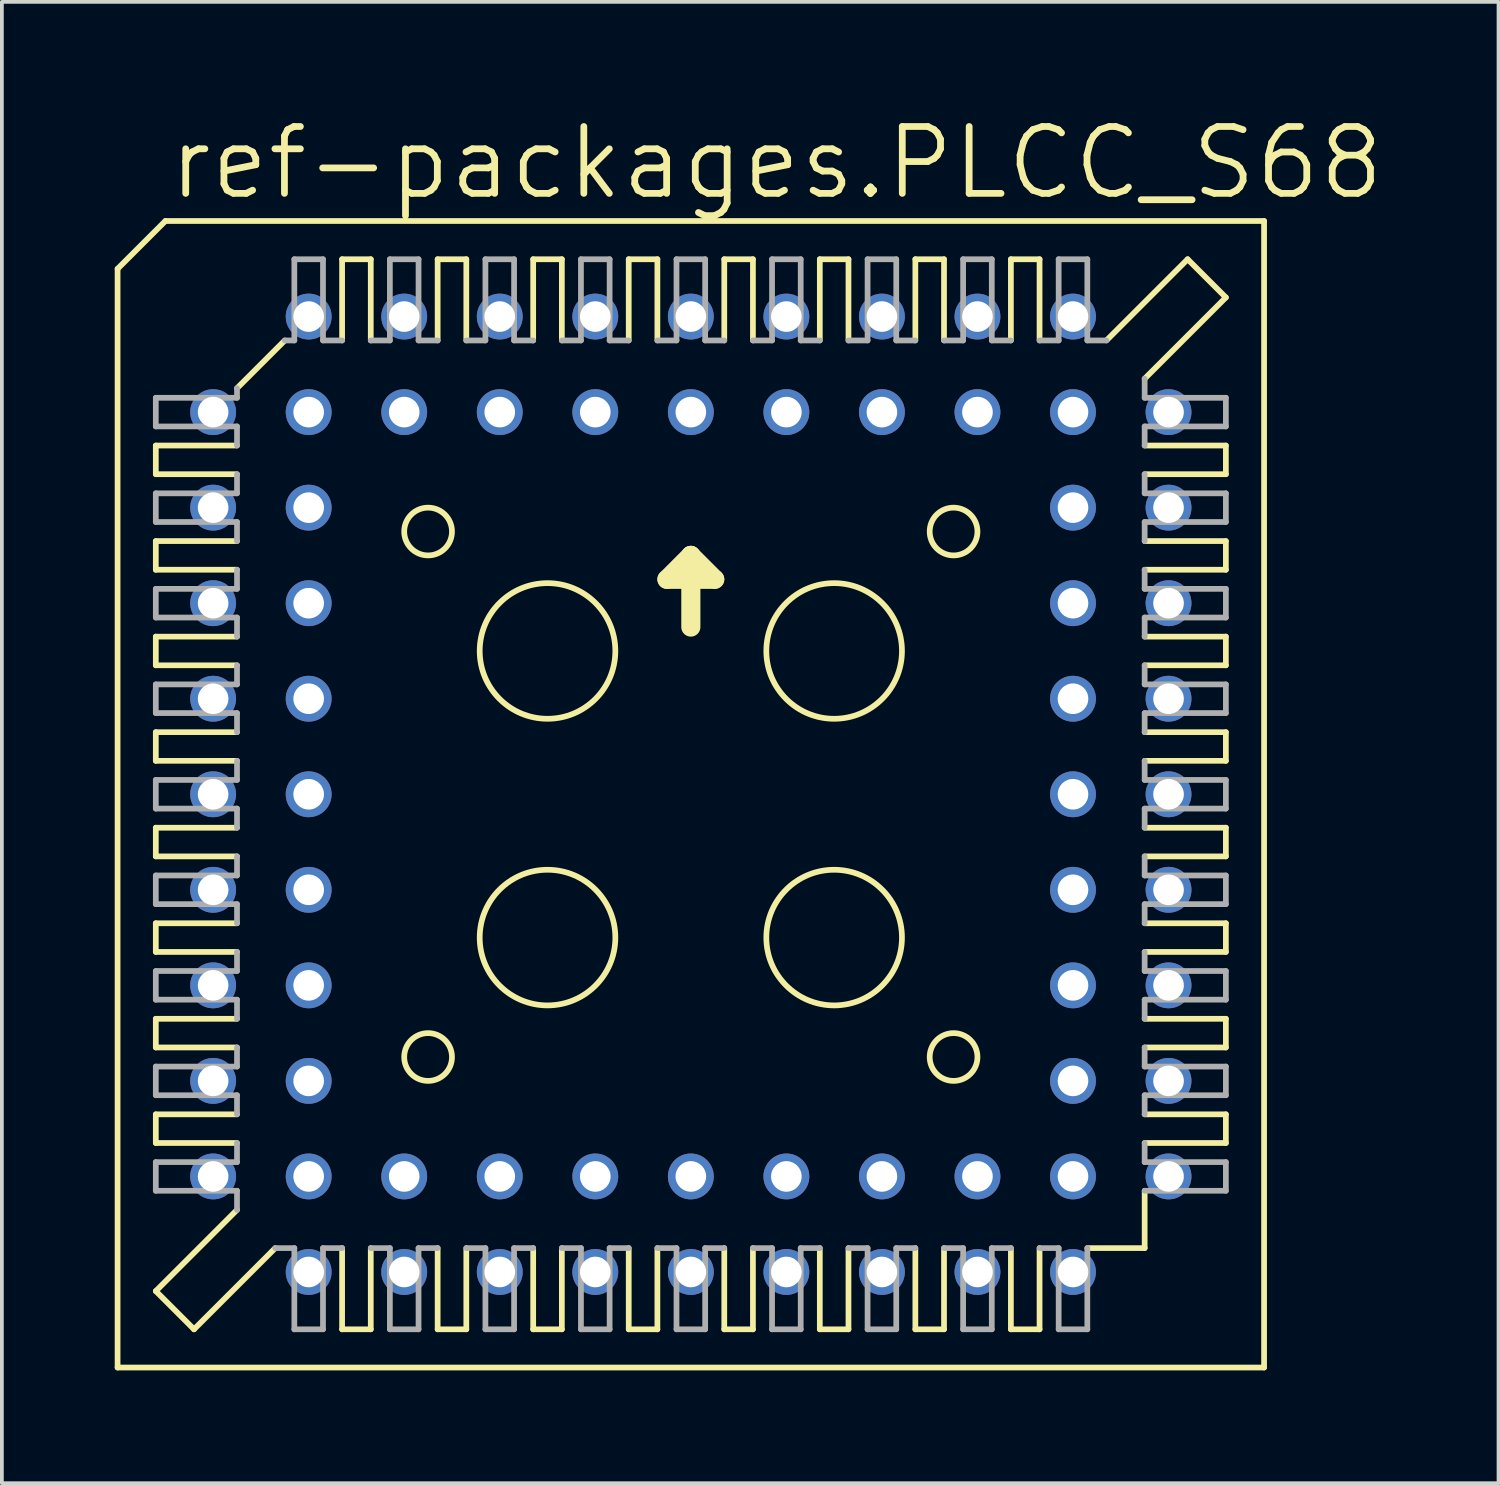
<source format=kicad_pcb>
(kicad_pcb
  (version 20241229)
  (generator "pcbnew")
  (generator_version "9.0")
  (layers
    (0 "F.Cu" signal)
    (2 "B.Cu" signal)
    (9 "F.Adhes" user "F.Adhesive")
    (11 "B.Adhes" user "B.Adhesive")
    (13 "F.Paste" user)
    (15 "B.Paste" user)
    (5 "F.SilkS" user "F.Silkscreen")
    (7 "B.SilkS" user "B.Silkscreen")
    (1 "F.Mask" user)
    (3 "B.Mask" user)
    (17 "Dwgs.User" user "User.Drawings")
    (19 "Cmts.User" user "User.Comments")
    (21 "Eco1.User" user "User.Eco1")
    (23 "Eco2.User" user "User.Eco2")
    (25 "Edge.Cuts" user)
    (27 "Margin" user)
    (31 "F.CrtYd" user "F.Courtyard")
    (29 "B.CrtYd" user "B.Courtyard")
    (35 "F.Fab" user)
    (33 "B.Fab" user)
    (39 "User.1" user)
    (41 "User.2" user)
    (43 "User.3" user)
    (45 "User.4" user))
  (footprint "ref-packages.PLCC_S68"
    (layer "F.Cu")
    (at 15.316 18.066)
    (property "Reference" "ref-packages.PLCC_S68" (at -13.97 -15.748 0) (layer "F.SilkS") (effects (font (size 1.778 1.778) (thickness 0.18)) (justify left bottom)))
    (attr through_hole)
    (fp_line (start -15.24 -13.97) (end -15.24 15.24) (stroke (width 0.152) (type default)) (layer "F.SilkS"))
    (fp_line (start -14.224 -9.271) (end -14.224 -8.509) (stroke (width 0.152) (type default)) (layer "F.SilkS"))
    (fp_line (start -14.224 -9.271) (end -12.065 -9.271) (stroke (width 0.152) (type default)) (layer "F.SilkS"))
    (fp_line (start -14.224 -6.731) (end -14.224 -5.969) (stroke (width 0.152) (type default)) (layer "F.SilkS"))
    (fp_line (start -14.224 -6.731) (end -12.065 -6.731) (stroke (width 0.152) (type default)) (layer "F.SilkS"))
    (fp_line (start -14.224 -4.191) (end -14.224 -3.429) (stroke (width 0.152) (type default)) (layer "F.SilkS"))
    (fp_line (start -14.224 -4.191) (end -12.065 -4.191) (stroke (width 0.152) (type default)) (layer "F.SilkS"))
    (fp_line (start -14.224 -0.889) (end -14.224 -1.651) (stroke (width 0.152) (type default)) (layer "F.SilkS"))
    (fp_line (start -14.224 -0.889) (end -12.065 -0.889) (stroke (width 0.152) (type default)) (layer "F.SilkS"))
    (fp_line (start -14.224 1.651) (end -14.224 0.889) (stroke (width 0.152) (type default)) (layer "F.SilkS"))
    (fp_line (start -14.224 1.651) (end -12.065 1.651) (stroke (width 0.152) (type default)) (layer "F.SilkS"))
    (fp_line (start -14.224 4.191) (end -14.224 3.429) (stroke (width 0.152) (type default)) (layer "F.SilkS"))
    (fp_line (start -14.224 4.191) (end -12.065 4.191) (stroke (width 0.152) (type default)) (layer "F.SilkS"))
    (fp_line (start -14.224 5.969) (end -14.224 6.731) (stroke (width 0.152) (type default)) (layer "F.SilkS"))
    (fp_line (start -14.224 5.969) (end -12.065 5.969) (stroke (width 0.152) (type default)) (layer "F.SilkS"))
    (fp_line (start -14.224 8.509) (end -14.224 9.271) (stroke (width 0.152) (type default)) (layer "F.SilkS"))
    (fp_line (start -14.224 8.509) (end -12.065 8.509) (stroke (width 0.152) (type default)) (layer "F.SilkS"))
    (fp_line (start -14.224 13.208) (end -12.065 11.049) (stroke (width 0.152) (type default)) (layer "F.SilkS"))
    (fp_line (start -13.97 -15.24) (end -15.24 -13.97) (stroke (width 0.152) (type default)) (layer "F.SilkS"))
    (fp_line (start -13.208 14.224) (end -14.224 13.208) (stroke (width 0.152) (type default)) (layer "F.SilkS"))
    (fp_line (start -13.208 14.224) (end -11.049 12.065) (stroke (width 0.152) (type default)) (layer "F.SilkS"))
    (fp_line (start -12.065 -10.795) (end -10.795 -12.065) (stroke (width 0.152) (type default)) (layer "F.SilkS"))
    (fp_line (start -12.065 -8.509) (end -14.224 -8.509) (stroke (width 0.152) (type default)) (layer "F.SilkS"))
    (fp_line (start -12.065 -5.969) (end -14.224 -5.969) (stroke (width 0.152) (type default)) (layer "F.SilkS"))
    (fp_line (start -12.065 -3.429) (end -14.224 -3.429) (stroke (width 0.152) (type default)) (layer "F.SilkS"))
    (fp_line (start -12.065 -1.651) (end -14.224 -1.651) (stroke (width 0.152) (type default)) (layer "F.SilkS"))
    (fp_line (start -12.065 0.889) (end -14.224 0.889) (stroke (width 0.152) (type default)) (layer "F.SilkS"))
    (fp_line (start -12.065 3.429) (end -14.224 3.429) (stroke (width 0.152) (type default)) (layer "F.SilkS"))
    (fp_line (start -12.065 6.731) (end -14.224 6.731) (stroke (width 0.152) (type default)) (layer "F.SilkS"))
    (fp_line (start -12.065 9.271) (end -14.224 9.271) (stroke (width 0.152) (type default)) (layer "F.SilkS"))
    (fp_line (start -9.271 -12.065) (end -9.271 -14.224) (stroke (width 0.152) (type default)) (layer "F.SilkS"))
    (fp_line (start -9.271 14.224) (end -9.271 12.065) (stroke (width 0.152) (type default)) (layer "F.SilkS"))
    (fp_line (start -9.271 14.224) (end -8.509 14.224) (stroke (width 0.152) (type default)) (layer "F.SilkS"))
    (fp_line (start -8.509 -14.224) (end -9.271 -14.224) (stroke (width 0.152) (type default)) (layer "F.SilkS"))
    (fp_line (start -8.509 -14.224) (end -8.509 -12.065) (stroke (width 0.152) (type default)) (layer "F.SilkS"))
    (fp_line (start -8.509 12.065) (end -8.509 14.224) (stroke (width 0.152) (type default)) (layer "F.SilkS"))
    (fp_line (start -6.731 -12.065) (end -6.731 -14.224) (stroke (width 0.152) (type default)) (layer "F.SilkS"))
    (fp_line (start -6.731 14.224) (end -6.731 12.065) (stroke (width 0.152) (type default)) (layer "F.SilkS"))
    (fp_line (start -6.731 14.224) (end -5.969 14.224) (stroke (width 0.152) (type default)) (layer "F.SilkS"))
    (fp_line (start -5.969 -14.224) (end -6.731 -14.224) (stroke (width 0.152) (type default)) (layer "F.SilkS"))
    (fp_line (start -5.969 -14.224) (end -5.969 -12.065) (stroke (width 0.152) (type default)) (layer "F.SilkS"))
    (fp_line (start -5.969 12.065) (end -5.969 14.224) (stroke (width 0.152) (type default)) (layer "F.SilkS"))
    (fp_line (start -4.191 -12.065) (end -4.191 -14.224) (stroke (width 0.152) (type default)) (layer "F.SilkS"))
    (fp_line (start -4.191 14.224) (end -4.191 12.065) (stroke (width 0.152) (type default)) (layer "F.SilkS"))
    (fp_line (start -4.191 14.224) (end -3.429 14.224) (stroke (width 0.152) (type default)) (layer "F.SilkS"))
    (fp_line (start -3.429 -14.224) (end -4.191 -14.224) (stroke (width 0.152) (type default)) (layer "F.SilkS"))
    (fp_line (start -3.429 -14.224) (end -3.429 -12.065) (stroke (width 0.152) (type default)) (layer "F.SilkS"))
    (fp_line (start -3.429 12.065) (end -3.429 14.224) (stroke (width 0.152) (type default)) (layer "F.SilkS"))
    (fp_line (start -1.651 -12.065) (end -1.651 -14.224) (stroke (width 0.152) (type default)) (layer "F.SilkS"))
    (fp_line (start -1.651 14.224) (end -1.651 12.065) (stroke (width 0.152) (type default)) (layer "F.SilkS"))
    (fp_line (start -1.651 14.224) (end -0.889 14.224) (stroke (width 0.152) (type default)) (layer "F.SilkS"))
    (fp_line (start -0.889 -14.224) (end -1.651 -14.224) (stroke (width 0.152) (type default)) (layer "F.SilkS"))
    (fp_line (start -0.889 -14.224) (end -0.889 -12.065) (stroke (width 0.152) (type default)) (layer "F.SilkS"))
    (fp_line (start -0.889 12.065) (end -0.889 14.224) (stroke (width 0.152) (type default)) (layer "F.SilkS"))
    (fp_line (start -0.635 -5.715) (end 0 -6.35) (stroke (width 0.508) (type default)) (layer "F.SilkS"))
    (fp_line (start 0 -6.35) (end 0 -4.445) (stroke (width 0.508) (type default)) (layer "F.SilkS"))
    (fp_line (start 0 -6.35) (end 0.635 -5.715) (stroke (width 0.508) (type default)) (layer "F.SilkS"))
    (fp_line (start 0.635 -5.715) (end -0.635 -5.715) (stroke (width 0.508) (type default)) (layer "F.SilkS"))
    (fp_line (start 0.889 -12.065) (end 0.889 -14.224) (stroke (width 0.152) (type default)) (layer "F.SilkS"))
    (fp_line (start 0.889 14.224) (end 0.889 12.065) (stroke (width 0.152) (type default)) (layer "F.SilkS"))
    (fp_line (start 0.889 14.224) (end 1.651 14.224) (stroke (width 0.152) (type default)) (layer "F.SilkS"))
    (fp_line (start 1.651 -14.224) (end 0.889 -14.224) (stroke (width 0.152) (type default)) (layer "F.SilkS"))
    (fp_line (start 1.651 -14.224) (end 1.651 -12.065) (stroke (width 0.152) (type default)) (layer "F.SilkS"))
    (fp_line (start 1.651 12.065) (end 1.651 14.224) (stroke (width 0.152) (type default)) (layer "F.SilkS"))
    (fp_line (start 3.429 -12.065) (end 3.429 -14.224) (stroke (width 0.152) (type default)) (layer "F.SilkS"))
    (fp_line (start 3.429 14.224) (end 3.429 12.065) (stroke (width 0.152) (type default)) (layer "F.SilkS"))
    (fp_line (start 3.429 14.224) (end 4.191 14.224) (stroke (width 0.152) (type default)) (layer "F.SilkS"))
    (fp_line (start 4.191 -14.224) (end 3.429 -14.224) (stroke (width 0.152) (type default)) (layer "F.SilkS"))
    (fp_line (start 4.191 -14.224) (end 4.191 -12.065) (stroke (width 0.152) (type default)) (layer "F.SilkS"))
    (fp_line (start 4.191 12.065) (end 4.191 14.224) (stroke (width 0.152) (type default)) (layer "F.SilkS"))
    (fp_line (start 5.969 -12.065) (end 5.969 -14.224) (stroke (width 0.152) (type default)) (layer "F.SilkS"))
    (fp_line (start 5.969 14.224) (end 5.969 12.065) (stroke (width 0.152) (type default)) (layer "F.SilkS"))
    (fp_line (start 5.969 14.224) (end 6.731 14.224) (stroke (width 0.152) (type default)) (layer "F.SilkS"))
    (fp_line (start 6.731 -14.224) (end 5.969 -14.224) (stroke (width 0.152) (type default)) (layer "F.SilkS"))
    (fp_line (start 6.731 -14.224) (end 6.731 -12.065) (stroke (width 0.152) (type default)) (layer "F.SilkS"))
    (fp_line (start 6.731 12.065) (end 6.731 14.224) (stroke (width 0.152) (type default)) (layer "F.SilkS"))
    (fp_line (start 8.509 -12.065) (end 8.509 -14.224) (stroke (width 0.152) (type default)) (layer "F.SilkS"))
    (fp_line (start 8.509 14.224) (end 8.509 12.065) (stroke (width 0.152) (type default)) (layer "F.SilkS"))
    (fp_line (start 8.509 14.224) (end 9.271 14.224) (stroke (width 0.152) (type default)) (layer "F.SilkS"))
    (fp_line (start 9.271 -14.224) (end 8.509 -14.224) (stroke (width 0.152) (type default)) (layer "F.SilkS"))
    (fp_line (start 9.271 -14.224) (end 9.271 -12.065) (stroke (width 0.152) (type default)) (layer "F.SilkS"))
    (fp_line (start 9.271 14.224) (end 9.271 12.065) (stroke (width 0.152) (type default)) (layer "F.SilkS"))
    (fp_line (start 10.541 12.065) (end 12.065 12.065) (stroke (width 0.152) (type default)) (layer "F.SilkS"))
    (fp_line (start 12.065 -9.271) (end 14.224 -9.271) (stroke (width 0.152) (type default)) (layer "F.SilkS"))
    (fp_line (start 12.065 -6.731) (end 14.224 -6.731) (stroke (width 0.152) (type default)) (layer "F.SilkS"))
    (fp_line (start 12.065 -3.429) (end 14.224 -3.429) (stroke (width 0.152) (type default)) (layer "F.SilkS"))
    (fp_line (start 12.065 -0.889) (end 14.224 -0.889) (stroke (width 0.152) (type default)) (layer "F.SilkS"))
    (fp_line (start 12.065 1.651) (end 14.224 1.651) (stroke (width 0.152) (type default)) (layer "F.SilkS"))
    (fp_line (start 12.065 3.429) (end 14.224 3.429) (stroke (width 0.152) (type default)) (layer "F.SilkS"))
    (fp_line (start 12.065 5.969) (end 14.224 5.969) (stroke (width 0.152) (type default)) (layer "F.SilkS"))
    (fp_line (start 12.065 8.509) (end 14.224 8.509) (stroke (width 0.152) (type default)) (layer "F.SilkS"))
    (fp_line (start 12.065 12.065) (end 12.065 10.541) (stroke (width 0.152) (type default)) (layer "F.SilkS"))
    (fp_line (start 13.208 -14.224) (end 11.049 -12.065) (stroke (width 0.152) (type default)) (layer "F.SilkS"))
    (fp_line (start 14.224 -13.208) (end 12.065 -11.049) (stroke (width 0.152) (type default)) (layer "F.SilkS"))
    (fp_line (start 14.224 -13.208) (end 13.208 -14.224) (stroke (width 0.152) (type default)) (layer "F.SilkS"))
    (fp_line (start 14.224 -8.509) (end 12.065 -8.509) (stroke (width 0.152) (type default)) (layer "F.SilkS"))
    (fp_line (start 14.224 -8.509) (end 14.224 -9.271) (stroke (width 0.152) (type default)) (layer "F.SilkS"))
    (fp_line (start 14.224 -5.969) (end 12.065 -5.969) (stroke (width 0.152) (type default)) (layer "F.SilkS"))
    (fp_line (start 14.224 -5.969) (end 14.224 -6.731) (stroke (width 0.152) (type default)) (layer "F.SilkS"))
    (fp_line (start 14.224 -4.191) (end 12.065 -4.191) (stroke (width 0.152) (type default)) (layer "F.SilkS"))
    (fp_line (start 14.224 -4.191) (end 14.224 -3.429) (stroke (width 0.152) (type default)) (layer "F.SilkS"))
    (fp_line (start 14.224 -1.651) (end 12.065 -1.651) (stroke (width 0.152) (type default)) (layer "F.SilkS"))
    (fp_line (start 14.224 -1.651) (end 14.224 -0.889) (stroke (width 0.152) (type default)) (layer "F.SilkS"))
    (fp_line (start 14.224 0.889) (end 12.065 0.889) (stroke (width 0.152) (type default)) (layer "F.SilkS"))
    (fp_line (start 14.224 0.889) (end 14.224 1.651) (stroke (width 0.152) (type default)) (layer "F.SilkS"))
    (fp_line (start 14.224 4.191) (end 12.065 4.191) (stroke (width 0.152) (type default)) (layer "F.SilkS"))
    (fp_line (start 14.224 4.191) (end 14.224 3.429) (stroke (width 0.152) (type default)) (layer "F.SilkS"))
    (fp_line (start 14.224 6.731) (end 12.065 6.731) (stroke (width 0.152) (type default)) (layer "F.SilkS"))
    (fp_line (start 14.224 6.731) (end 14.224 5.969) (stroke (width 0.152) (type default)) (layer "F.SilkS"))
    (fp_line (start 14.224 9.271) (end 12.065 9.271) (stroke (width 0.152) (type default)) (layer "F.SilkS"))
    (fp_line (start 14.224 9.271) (end 14.224 8.509) (stroke (width 0.152) (type default)) (layer "F.SilkS"))
    (fp_line (start 15.24 -15.24) (end -13.97 -15.24) (stroke (width 0.152) (type default)) (layer "F.SilkS"))
    (fp_line (start 15.24 15.24) (end -15.24 15.24) (stroke (width 0.152) (type default)) (layer "F.SilkS"))
    (fp_line (start 15.24 15.24) (end 15.24 -15.24) (stroke (width 0.152) (type default)) (layer "F.SilkS"))
    (fp_circle (center -6.985 -6.985) (end -6.35 -6.985) (stroke (width 0.152) (type default)) (fill no) (layer "F.SilkS"))
    (fp_circle (center -6.985 6.985) (end -6.35 6.985) (stroke (width 0.152) (type default)) (fill no) (layer "F.SilkS"))
    (fp_circle (center -3.81 -3.81) (end -2.007 -3.81) (stroke (width 0.152) (type default)) (fill no) (layer "F.SilkS"))
    (fp_circle (center -3.81 3.81) (end -2.007 3.81) (stroke (width 0.152) (type default)) (fill no) (layer "F.SilkS"))
    (fp_circle (center 3.81 -3.81) (end 5.613 -3.81) (stroke (width 0.152) (type default)) (fill no) (layer "F.SilkS"))
    (fp_circle (center 3.81 3.81) (end 5.613 3.81) (stroke (width 0.152) (type default)) (fill no) (layer "F.SilkS"))
    (fp_circle (center 6.985 -6.985) (end 7.62 -6.985) (stroke (width 0.152) (type default)) (fill no) (layer "F.SilkS"))
    (fp_circle (center 6.985 6.985) (end 7.62 6.985) (stroke (width 0.152) (type default)) (fill no) (layer "F.SilkS"))
    (fp_line (start -14.224 -10.541) (end -14.224 -9.779) (stroke (width 0.152) (type default)) (layer "F.Fab"))
    (fp_line (start -14.224 -10.541) (end -12.065 -10.541) (stroke (width 0.152) (type default)) (layer "F.Fab"))
    (fp_line (start -14.224 -7.239) (end -14.224 -8.001) (stroke (width 0.152) (type default)) (layer "F.Fab"))
    (fp_line (start -14.224 -7.239) (end -12.065 -7.239) (stroke (width 0.152) (type default)) (layer "F.Fab"))
    (fp_line (start -14.224 -5.461) (end -14.224 -4.699) (stroke (width 0.152) (type default)) (layer "F.Fab"))
    (fp_line (start -14.224 -5.461) (end -12.065 -5.461) (stroke (width 0.152) (type default)) (layer "F.Fab"))
    (fp_line (start -14.224 -2.921) (end -14.224 -2.159) (stroke (width 0.152) (type default)) (layer "F.Fab"))
    (fp_line (start -14.224 -2.921) (end -12.065 -2.921) (stroke (width 0.152) (type default)) (layer "F.Fab"))
    (fp_line (start -14.224 0.381) (end -14.224 -0.381) (stroke (width 0.152) (type default)) (layer "F.Fab"))
    (fp_line (start -14.224 0.381) (end -12.065 0.381) (stroke (width 0.152) (type default)) (layer "F.Fab"))
    (fp_line (start -14.224 2.921) (end -14.224 2.159) (stroke (width 0.152) (type default)) (layer "F.Fab"))
    (fp_line (start -14.224 2.921) (end -12.065 2.921) (stroke (width 0.152) (type default)) (layer "F.Fab"))
    (fp_line (start -14.224 5.461) (end -14.224 4.699) (stroke (width 0.152) (type default)) (layer "F.Fab"))
    (fp_line (start -14.224 5.461) (end -12.065 5.461) (stroke (width 0.152) (type default)) (layer "F.Fab"))
    (fp_line (start -14.224 7.239) (end -14.224 8.001) (stroke (width 0.152) (type default)) (layer "F.Fab"))
    (fp_line (start -14.224 7.239) (end -12.065 7.239) (stroke (width 0.152) (type default)) (layer "F.Fab"))
    (fp_line (start -14.224 9.779) (end -12.065 9.779) (stroke (width 0.152) (type default)) (layer "F.Fab"))
    (fp_line (start -14.224 10.541) (end -14.224 9.779) (stroke (width 0.152) (type default)) (layer "F.Fab"))
    (fp_line (start -14.224 10.541) (end -12.065 10.541) (stroke (width 0.152) (type default)) (layer "F.Fab"))
    (fp_line (start -12.065 -10.541) (end -12.065 -10.795) (stroke (width 0.152) (type default)) (layer "F.Fab"))
    (fp_line (start -12.065 -9.779) (end -14.224 -9.779) (stroke (width 0.152) (type default)) (layer "F.Fab"))
    (fp_line (start -12.065 -9.779) (end -12.065 -9.271) (stroke (width 0.152) (type default)) (layer "F.Fab"))
    (fp_line (start -12.065 -8.001) (end -14.224 -8.001) (stroke (width 0.152) (type default)) (layer "F.Fab"))
    (fp_line (start -12.065 -8.001) (end -12.065 -8.509) (stroke (width 0.152) (type default)) (layer "F.Fab"))
    (fp_line (start -12.065 -6.731) (end -12.065 -7.239) (stroke (width 0.152) (type default)) (layer "F.Fab"))
    (fp_line (start -12.065 -5.969) (end -12.065 -5.461) (stroke (width 0.152) (type default)) (layer "F.Fab"))
    (fp_line (start -12.065 -4.699) (end -14.224 -4.699) (stroke (width 0.152) (type default)) (layer "F.Fab"))
    (fp_line (start -12.065 -4.699) (end -12.065 -4.191) (stroke (width 0.152) (type default)) (layer "F.Fab"))
    (fp_line (start -12.065 -3.429) (end -12.065 -2.921) (stroke (width 0.152) (type default)) (layer "F.Fab"))
    (fp_line (start -12.065 -2.159) (end -14.224 -2.159) (stroke (width 0.152) (type default)) (layer "F.Fab"))
    (fp_line (start -12.065 -2.159) (end -12.065 -1.651) (stroke (width 0.152) (type default)) (layer "F.Fab"))
    (fp_line (start -12.065 -0.381) (end -14.224 -0.381) (stroke (width 0.152) (type default)) (layer "F.Fab"))
    (fp_line (start -12.065 -0.381) (end -12.065 -0.889) (stroke (width 0.152) (type default)) (layer "F.Fab"))
    (fp_line (start -12.065 0.889) (end -12.065 0.381) (stroke (width 0.152) (type default)) (layer "F.Fab"))
    (fp_line (start -12.065 2.159) (end -14.224 2.159) (stroke (width 0.152) (type default)) (layer "F.Fab"))
    (fp_line (start -12.065 2.159) (end -12.065 1.651) (stroke (width 0.152) (type default)) (layer "F.Fab"))
    (fp_line (start -12.065 3.429) (end -12.065 2.921) (stroke (width 0.152) (type default)) (layer "F.Fab"))
    (fp_line (start -12.065 4.699) (end -14.224 4.699) (stroke (width 0.152) (type default)) (layer "F.Fab"))
    (fp_line (start -12.065 4.699) (end -12.065 4.191) (stroke (width 0.152) (type default)) (layer "F.Fab"))
    (fp_line (start -12.065 5.461) (end -12.065 5.969) (stroke (width 0.152) (type default)) (layer "F.Fab"))
    (fp_line (start -12.065 6.731) (end -12.065 7.239) (stroke (width 0.152) (type default)) (layer "F.Fab"))
    (fp_line (start -12.065 8.001) (end -14.224 8.001) (stroke (width 0.152) (type default)) (layer "F.Fab"))
    (fp_line (start -12.065 8.001) (end -12.065 8.509) (stroke (width 0.152) (type default)) (layer "F.Fab"))
    (fp_line (start -12.065 9.271) (end -12.065 9.779) (stroke (width 0.152) (type default)) (layer "F.Fab"))
    (fp_line (start -12.065 11.049) (end -12.065 10.541) (stroke (width 0.152) (type default)) (layer "F.Fab"))
    (fp_line (start -11.049 12.065) (end -10.541 12.065) (stroke (width 0.152) (type default)) (layer "F.Fab"))
    (fp_line (start -10.795 -12.065) (end -10.541 -12.065) (stroke (width 0.152) (type default)) (layer "F.Fab"))
    (fp_line (start -10.541 -12.065) (end -10.541 -14.224) (stroke (width 0.152) (type default)) (layer "F.Fab"))
    (fp_line (start -10.541 14.224) (end -10.541 12.065) (stroke (width 0.152) (type default)) (layer "F.Fab"))
    (fp_line (start -10.541 14.224) (end -9.779 14.224) (stroke (width 0.152) (type default)) (layer "F.Fab"))
    (fp_line (start -9.779 -14.224) (end -10.541 -14.224) (stroke (width 0.152) (type default)) (layer "F.Fab"))
    (fp_line (start -9.779 -14.224) (end -9.779 -12.065) (stroke (width 0.152) (type default)) (layer "F.Fab"))
    (fp_line (start -9.779 12.065) (end -9.779 14.224) (stroke (width 0.152) (type default)) (layer "F.Fab"))
    (fp_line (start -9.779 12.065) (end -9.271 12.065) (stroke (width 0.152) (type default)) (layer "F.Fab"))
    (fp_line (start -9.271 -12.065) (end -9.779 -12.065) (stroke (width 0.152) (type default)) (layer "F.Fab"))
    (fp_line (start -8.001 -12.065) (end -8.509 -12.065) (stroke (width 0.152) (type default)) (layer "F.Fab"))
    (fp_line (start -8.001 -12.065) (end -8.001 -14.224) (stroke (width 0.152) (type default)) (layer "F.Fab"))
    (fp_line (start -8.001 12.065) (end -8.509 12.065) (stroke (width 0.152) (type default)) (layer "F.Fab"))
    (fp_line (start -8.001 12.065) (end -8.001 14.224) (stroke (width 0.152) (type default)) (layer "F.Fab"))
    (fp_line (start -7.239 -14.224) (end -8.001 -14.224) (stroke (width 0.152) (type default)) (layer "F.Fab"))
    (fp_line (start -7.239 -14.224) (end -7.239 -12.065) (stroke (width 0.152) (type default)) (layer "F.Fab"))
    (fp_line (start -7.239 14.224) (end -8.001 14.224) (stroke (width 0.152) (type default)) (layer "F.Fab"))
    (fp_line (start -7.239 14.224) (end -7.239 12.065) (stroke (width 0.152) (type default)) (layer "F.Fab"))
    (fp_line (start -6.731 -12.065) (end -7.239 -12.065) (stroke (width 0.152) (type default)) (layer "F.Fab"))
    (fp_line (start -6.731 12.065) (end -7.239 12.065) (stroke (width 0.152) (type default)) (layer "F.Fab"))
    (fp_line (start -5.969 12.065) (end -5.461 12.065) (stroke (width 0.152) (type default)) (layer "F.Fab"))
    (fp_line (start -5.461 -12.065) (end -5.969 -12.065) (stroke (width 0.152) (type default)) (layer "F.Fab"))
    (fp_line (start -5.461 -12.065) (end -5.461 -14.224) (stroke (width 0.152) (type default)) (layer "F.Fab"))
    (fp_line (start -5.461 14.224) (end -5.461 12.065) (stroke (width 0.152) (type default)) (layer "F.Fab"))
    (fp_line (start -5.461 14.224) (end -4.699 14.224) (stroke (width 0.152) (type default)) (layer "F.Fab"))
    (fp_line (start -4.699 -14.224) (end -5.461 -14.224) (stroke (width 0.152) (type default)) (layer "F.Fab"))
    (fp_line (start -4.699 -14.224) (end -4.699 -12.065) (stroke (width 0.152) (type default)) (layer "F.Fab"))
    (fp_line (start -4.699 12.065) (end -4.699 14.224) (stroke (width 0.152) (type default)) (layer "F.Fab"))
    (fp_line (start -4.699 12.065) (end -4.191 12.065) (stroke (width 0.152) (type default)) (layer "F.Fab"))
    (fp_line (start -4.191 -12.065) (end -4.699 -12.065) (stroke (width 0.152) (type default)) (layer "F.Fab"))
    (fp_line (start -3.429 12.065) (end -2.921 12.065) (stroke (width 0.152) (type default)) (layer "F.Fab"))
    (fp_line (start -2.921 -12.065) (end -3.429 -12.065) (stroke (width 0.152) (type default)) (layer "F.Fab"))
    (fp_line (start -2.921 -12.065) (end -2.921 -14.224) (stroke (width 0.152) (type default)) (layer "F.Fab"))
    (fp_line (start -2.921 14.224) (end -2.921 12.065) (stroke (width 0.152) (type default)) (layer "F.Fab"))
    (fp_line (start -2.921 14.224) (end -2.159 14.224) (stroke (width 0.152) (type default)) (layer "F.Fab"))
    (fp_line (start -2.159 -14.224) (end -2.921 -14.224) (stroke (width 0.152) (type default)) (layer "F.Fab"))
    (fp_line (start -2.159 -14.224) (end -2.159 -12.065) (stroke (width 0.152) (type default)) (layer "F.Fab"))
    (fp_line (start -2.159 12.065) (end -2.159 14.224) (stroke (width 0.152) (type default)) (layer "F.Fab"))
    (fp_line (start -2.159 12.065) (end -1.651 12.065) (stroke (width 0.152) (type default)) (layer "F.Fab"))
    (fp_line (start -1.651 -12.065) (end -2.159 -12.065) (stroke (width 0.152) (type default)) (layer "F.Fab"))
    (fp_line (start -0.889 12.065) (end -0.381 12.065) (stroke (width 0.152) (type default)) (layer "F.Fab"))
    (fp_line (start -0.381 -12.065) (end -0.889 -12.065) (stroke (width 0.152) (type default)) (layer "F.Fab"))
    (fp_line (start -0.381 -12.065) (end -0.381 -14.224) (stroke (width 0.152) (type default)) (layer "F.Fab"))
    (fp_line (start -0.381 14.224) (end -0.381 12.065) (stroke (width 0.152) (type default)) (layer "F.Fab"))
    (fp_line (start -0.381 14.224) (end 0.381 14.224) (stroke (width 0.152) (type default)) (layer "F.Fab"))
    (fp_line (start 0.381 -14.224) (end -0.381 -14.224) (stroke (width 0.152) (type default)) (layer "F.Fab"))
    (fp_line (start 0.381 -14.224) (end 0.381 -12.065) (stroke (width 0.152) (type default)) (layer "F.Fab"))
    (fp_line (start 0.381 12.065) (end 0.381 14.224) (stroke (width 0.152) (type default)) (layer "F.Fab"))
    (fp_line (start 0.381 12.065) (end 0.889 12.065) (stroke (width 0.152) (type default)) (layer "F.Fab"))
    (fp_line (start 0.889 -12.065) (end 0.381 -12.065) (stroke (width 0.152) (type default)) (layer "F.Fab"))
    (fp_line (start 1.651 12.065) (end 2.159 12.065) (stroke (width 0.152) (type default)) (layer "F.Fab"))
    (fp_line (start 2.159 -12.065) (end 1.651 -12.065) (stroke (width 0.152) (type default)) (layer "F.Fab"))
    (fp_line (start 2.159 -12.065) (end 2.159 -14.224) (stroke (width 0.152) (type default)) (layer "F.Fab"))
    (fp_line (start 2.159 14.224) (end 2.159 12.065) (stroke (width 0.152) (type default)) (layer "F.Fab"))
    (fp_line (start 2.159 14.224) (end 2.921 14.224) (stroke (width 0.152) (type default)) (layer "F.Fab"))
    (fp_line (start 2.921 -14.224) (end 2.159 -14.224) (stroke (width 0.152) (type default)) (layer "F.Fab"))
    (fp_line (start 2.921 -14.224) (end 2.921 -12.065) (stroke (width 0.152) (type default)) (layer "F.Fab"))
    (fp_line (start 2.921 12.065) (end 2.921 14.224) (stroke (width 0.152) (type default)) (layer "F.Fab"))
    (fp_line (start 2.921 12.065) (end 3.429 12.065) (stroke (width 0.152) (type default)) (layer "F.Fab"))
    (fp_line (start 3.429 -12.065) (end 2.921 -12.065) (stroke (width 0.152) (type default)) (layer "F.Fab"))
    (fp_line (start 4.191 12.065) (end 4.699 12.065) (stroke (width 0.152) (type default)) (layer "F.Fab"))
    (fp_line (start 4.699 -12.065) (end 4.191 -12.065) (stroke (width 0.152) (type default)) (layer "F.Fab"))
    (fp_line (start 4.699 -12.065) (end 4.699 -14.224) (stroke (width 0.152) (type default)) (layer "F.Fab"))
    (fp_line (start 4.699 14.224) (end 4.699 12.065) (stroke (width 0.152) (type default)) (layer "F.Fab"))
    (fp_line (start 4.699 14.224) (end 5.461 14.224) (stroke (width 0.152) (type default)) (layer "F.Fab"))
    (fp_line (start 5.461 -14.224) (end 4.699 -14.224) (stroke (width 0.152) (type default)) (layer "F.Fab"))
    (fp_line (start 5.461 -14.224) (end 5.461 -12.065) (stroke (width 0.152) (type default)) (layer "F.Fab"))
    (fp_line (start 5.461 12.065) (end 5.461 14.224) (stroke (width 0.152) (type default)) (layer "F.Fab"))
    (fp_line (start 5.461 12.065) (end 5.969 12.065) (stroke (width 0.152) (type default)) (layer "F.Fab"))
    (fp_line (start 5.969 -12.065) (end 5.461 -12.065) (stroke (width 0.152) (type default)) (layer "F.Fab"))
    (fp_line (start 6.731 -12.065) (end 7.239 -12.065) (stroke (width 0.152) (type default)) (layer "F.Fab"))
    (fp_line (start 6.731 12.065) (end 7.239 12.065) (stroke (width 0.152) (type default)) (layer "F.Fab"))
    (fp_line (start 7.239 -14.224) (end 7.239 -12.065) (stroke (width 0.152) (type default)) (layer "F.Fab"))
    (fp_line (start 7.239 -14.224) (end 8.001 -14.224) (stroke (width 0.152) (type default)) (layer "F.Fab"))
    (fp_line (start 7.239 14.224) (end 7.239 12.065) (stroke (width 0.152) (type default)) (layer "F.Fab"))
    (fp_line (start 7.239 14.224) (end 8.001 14.224) (stroke (width 0.152) (type default)) (layer "F.Fab"))
    (fp_line (start 8.001 -12.065) (end 8.001 -14.224) (stroke (width 0.152) (type default)) (layer "F.Fab"))
    (fp_line (start 8.001 -12.065) (end 8.509 -12.065) (stroke (width 0.152) (type default)) (layer "F.Fab"))
    (fp_line (start 8.001 12.065) (end 8.001 14.224) (stroke (width 0.152) (type default)) (layer "F.Fab"))
    (fp_line (start 8.001 12.065) (end 8.509 12.065) (stroke (width 0.152) (type default)) (layer "F.Fab"))
    (fp_line (start 9.779 -12.065) (end 9.271 -12.065) (stroke (width 0.152) (type default)) (layer "F.Fab"))
    (fp_line (start 9.779 -12.065) (end 9.779 -14.224) (stroke (width 0.152) (type default)) (layer "F.Fab"))
    (fp_line (start 9.779 12.065) (end 9.271 12.065) (stroke (width 0.152) (type default)) (layer "F.Fab"))
    (fp_line (start 9.779 14.224) (end 9.779 12.065) (stroke (width 0.152) (type default)) (layer "F.Fab"))
    (fp_line (start 9.779 14.224) (end 10.541 14.224) (stroke (width 0.152) (type default)) (layer "F.Fab"))
    (fp_line (start 10.541 -14.224) (end 9.779 -14.224) (stroke (width 0.152) (type default)) (layer "F.Fab"))
    (fp_line (start 10.541 -14.224) (end 10.541 -12.065) (stroke (width 0.152) (type default)) (layer "F.Fab"))
    (fp_line (start 10.541 12.065) (end 10.541 14.224) (stroke (width 0.152) (type default)) (layer "F.Fab"))
    (fp_line (start 11.049 -12.065) (end 10.541 -12.065) (stroke (width 0.152) (type default)) (layer "F.Fab"))
    (fp_line (start 12.065 -11.049) (end 12.065 -10.541) (stroke (width 0.152) (type default)) (layer "F.Fab"))
    (fp_line (start 12.065 -9.779) (end 12.065 -9.271) (stroke (width 0.152) (type default)) (layer "F.Fab"))
    (fp_line (start 12.065 -9.779) (end 14.224 -9.779) (stroke (width 0.152) (type default)) (layer "F.Fab"))
    (fp_line (start 12.065 -8.001) (end 12.065 -8.509) (stroke (width 0.152) (type default)) (layer "F.Fab"))
    (fp_line (start 12.065 -8.001) (end 14.224 -8.001) (stroke (width 0.152) (type default)) (layer "F.Fab"))
    (fp_line (start 12.065 -6.731) (end 12.065 -7.239) (stroke (width 0.152) (type default)) (layer "F.Fab"))
    (fp_line (start 12.065 -5.461) (end 12.065 -5.969) (stroke (width 0.152) (type default)) (layer "F.Fab"))
    (fp_line (start 12.065 -4.699) (end 12.065 -4.191) (stroke (width 0.152) (type default)) (layer "F.Fab"))
    (fp_line (start 12.065 -4.699) (end 14.224 -4.699) (stroke (width 0.152) (type default)) (layer "F.Fab"))
    (fp_line (start 12.065 -3.429) (end 12.065 -2.921) (stroke (width 0.152) (type default)) (layer "F.Fab"))
    (fp_line (start 12.065 -2.159) (end 12.065 -1.651) (stroke (width 0.152) (type default)) (layer "F.Fab"))
    (fp_line (start 12.065 -2.159) (end 14.224 -2.159) (stroke (width 0.152) (type default)) (layer "F.Fab"))
    (fp_line (start 12.065 -0.889) (end 12.065 -0.381) (stroke (width 0.152) (type default)) (layer "F.Fab"))
    (fp_line (start 12.065 0.381) (end 12.065 0.889) (stroke (width 0.152) (type default)) (layer "F.Fab"))
    (fp_line (start 12.065 0.381) (end 14.224 0.381) (stroke (width 0.152) (type default)) (layer "F.Fab"))
    (fp_line (start 12.065 1.651) (end 12.065 2.159) (stroke (width 0.152) (type default)) (layer "F.Fab"))
    (fp_line (start 12.065 2.159) (end 14.224 2.159) (stroke (width 0.152) (type default)) (layer "F.Fab"))
    (fp_line (start 12.065 3.429) (end 12.065 2.921) (stroke (width 0.152) (type default)) (layer "F.Fab"))
    (fp_line (start 12.065 4.699) (end 12.065 4.191) (stroke (width 0.152) (type default)) (layer "F.Fab"))
    (fp_line (start 12.065 4.699) (end 14.224 4.699) (stroke (width 0.152) (type default)) (layer "F.Fab"))
    (fp_line (start 12.065 5.969) (end 12.065 5.461) (stroke (width 0.152) (type default)) (layer "F.Fab"))
    (fp_line (start 12.065 6.731) (end 12.065 7.239) (stroke (width 0.152) (type default)) (layer "F.Fab"))
    (fp_line (start 12.065 8.001) (end 12.065 8.509) (stroke (width 0.152) (type default)) (layer "F.Fab"))
    (fp_line (start 12.065 8.001) (end 14.224 8.001) (stroke (width 0.152) (type default)) (layer "F.Fab"))
    (fp_line (start 12.065 9.779) (end 12.065 9.271) (stroke (width 0.152) (type default)) (layer "F.Fab"))
    (fp_line (start 12.065 9.779) (end 14.224 9.779) (stroke (width 0.152) (type default)) (layer "F.Fab"))
    (fp_line (start 14.224 -10.541) (end 12.065 -10.541) (stroke (width 0.152) (type default)) (layer "F.Fab"))
    (fp_line (start 14.224 -10.541) (end 14.224 -9.779) (stroke (width 0.152) (type default)) (layer "F.Fab"))
    (fp_line (start 14.224 -7.239) (end 12.065 -7.239) (stroke (width 0.152) (type default)) (layer "F.Fab"))
    (fp_line (start 14.224 -7.239) (end 14.224 -8.001) (stroke (width 0.152) (type default)) (layer "F.Fab"))
    (fp_line (start 14.224 -5.461) (end 12.065 -5.461) (stroke (width 0.152) (type default)) (layer "F.Fab"))
    (fp_line (start 14.224 -5.461) (end 14.224 -4.699) (stroke (width 0.152) (type default)) (layer "F.Fab"))
    (fp_line (start 14.224 -2.921) (end 12.065 -2.921) (stroke (width 0.152) (type default)) (layer "F.Fab"))
    (fp_line (start 14.224 -2.921) (end 14.224 -2.159) (stroke (width 0.152) (type default)) (layer "F.Fab"))
    (fp_line (start 14.224 -0.381) (end 12.065 -0.381) (stroke (width 0.152) (type default)) (layer "F.Fab"))
    (fp_line (start 14.224 -0.381) (end 14.224 0.381) (stroke (width 0.152) (type default)) (layer "F.Fab"))
    (fp_line (start 14.224 2.921) (end 12.065 2.921) (stroke (width 0.152) (type default)) (layer "F.Fab"))
    (fp_line (start 14.224 2.921) (end 14.224 2.159) (stroke (width 0.152) (type default)) (layer "F.Fab"))
    (fp_line (start 14.224 5.461) (end 12.065 5.461) (stroke (width 0.152) (type default)) (layer "F.Fab"))
    (fp_line (start 14.224 5.461) (end 14.224 4.699) (stroke (width 0.152) (type default)) (layer "F.Fab"))
    (fp_line (start 14.224 7.239) (end 12.065 7.239) (stroke (width 0.152) (type default)) (layer "F.Fab"))
    (fp_line (start 14.224 7.239) (end 14.224 8.001) (stroke (width 0.152) (type default)) (layer "F.Fab"))
    (fp_line (start 14.224 10.541) (end 12.065 10.541) (stroke (width 0.152) (type default)) (layer "F.Fab"))
    (fp_line (start 14.224 10.541) (end 14.224 9.779) (stroke (width 0.152) (type default)) (layer "F.Fab"))
    (pad "1" thru_hole circle (at 0 -12.7) (size 1.219 1.219) (drill 0.813) (layers "*.Cu" "*.Mask"))
    (pad "2" thru_hole circle (at 0 -10.16) (size 1.219 1.219) (drill 0.813) (layers "*.Cu" "*.Mask"))
    (pad "3" thru_hole circle (at -2.54 -12.7) (size 1.219 1.219) (drill 0.813) (layers "*.Cu" "*.Mask"))
    (pad "4" thru_hole circle (at -2.54 -10.16) (size 1.219 1.219) (drill 0.813) (layers "*.Cu" "*.Mask"))
    (pad "5" thru_hole circle (at -5.08 -12.7) (size 1.219 1.219) (drill 0.813) (layers "*.Cu" "*.Mask"))
    (pad "6" thru_hole circle (at -5.08 -10.16) (size 1.219 1.219) (drill 0.813) (layers "*.Cu" "*.Mask"))
    (pad "7" thru_hole circle (at -7.62 -12.7) (size 1.219 1.219) (drill 0.813) (layers "*.Cu" "*.Mask"))
    (pad "8" thru_hole circle (at -7.62 -10.16) (size 1.219 1.219) (drill 0.813) (layers "*.Cu" "*.Mask"))
    (pad "9" thru_hole circle (at -10.16 -12.7) (size 1.219 1.219) (drill 0.813) (layers "*.Cu" "*.Mask"))
    (pad "10" thru_hole circle (at -12.7 -10.16) (size 1.219 1.219) (drill 0.813) (layers "*.Cu" "*.Mask"))
    (pad "11" thru_hole circle (at -10.16 -10.16) (size 1.219 1.219) (drill 0.813) (layers "*.Cu" "*.Mask"))
    (pad "12" thru_hole circle (at -12.7 -7.62) (size 1.219 1.219) (drill 0.813) (layers "*.Cu" "*.Mask"))
    (pad "13" thru_hole circle (at -10.16 -7.62) (size 1.219 1.219) (drill 0.813) (layers "*.Cu" "*.Mask"))
    (pad "14" thru_hole circle (at -12.7 -5.08) (size 1.219 1.219) (drill 0.813) (layers "*.Cu" "*.Mask"))
    (pad "15" thru_hole circle (at -10.16 -5.08) (size 1.219 1.219) (drill 0.813) (layers "*.Cu" "*.Mask"))
    (pad "16" thru_hole circle (at -12.7 -2.54) (size 1.219 1.219) (drill 0.813) (layers "*.Cu" "*.Mask"))
    (pad "17" thru_hole circle (at -10.16 -2.54) (size 1.219 1.219) (drill 0.813) (layers "*.Cu" "*.Mask"))
    (pad "18" thru_hole circle (at -12.7 0) (size 1.219 1.219) (drill 0.813) (layers "*.Cu" "*.Mask"))
    (pad "19" thru_hole circle (at -10.16 0) (size 1.219 1.219) (drill 0.813) (layers "*.Cu" "*.Mask"))
    (pad "20" thru_hole circle (at -12.7 2.54) (size 1.219 1.219) (drill 0.813) (layers "*.Cu" "*.Mask"))
    (pad "21" thru_hole circle (at -10.16 2.54) (size 1.219 1.219) (drill 0.813) (layers "*.Cu" "*.Mask"))
    (pad "22" thru_hole circle (at -12.7 5.08) (size 1.219 1.219) (drill 0.813) (layers "*.Cu" "*.Mask"))
    (pad "23" thru_hole circle (at -10.16 5.08) (size 1.219 1.219) (drill 0.813) (layers "*.Cu" "*.Mask"))
    (pad "24" thru_hole circle (at -12.7 7.62) (size 1.219 1.219) (drill 0.813) (layers "*.Cu" "*.Mask"))
    (pad "25" thru_hole circle (at -10.16 7.62) (size 1.219 1.219) (drill 0.813) (layers "*.Cu" "*.Mask"))
    (pad "26" thru_hole circle (at -12.7 10.16) (size 1.219 1.219) (drill 0.813) (layers "*.Cu" "*.Mask"))
    (pad "27" thru_hole circle (at -10.16 12.7) (size 1.219 1.219) (drill 0.813) (layers "*.Cu" "*.Mask"))
    (pad "28" thru_hole circle (at -10.16 10.16) (size 1.219 1.219) (drill 0.813) (layers "*.Cu" "*.Mask"))
    (pad "29" thru_hole circle (at -7.62 12.7) (size 1.219 1.219) (drill 0.813) (layers "*.Cu" "*.Mask"))
    (pad "30" thru_hole circle (at -7.62 10.16) (size 1.219 1.219) (drill 0.813) (layers "*.Cu" "*.Mask"))
    (pad "31" thru_hole circle (at -5.08 12.7) (size 1.219 1.219) (drill 0.813) (layers "*.Cu" "*.Mask"))
    (pad "32" thru_hole circle (at -5.08 10.16) (size 1.219 1.219) (drill 0.813) (layers "*.Cu" "*.Mask"))
    (pad "33" thru_hole circle (at -2.54 12.7) (size 1.219 1.219) (drill 0.813) (layers "*.Cu" "*.Mask"))
    (pad "34" thru_hole circle (at -2.54 10.16) (size 1.219 1.219) (drill 0.813) (layers "*.Cu" "*.Mask"))
    (pad "35" thru_hole circle (at 0 12.7) (size 1.219 1.219) (drill 0.813) (layers "*.Cu" "*.Mask"))
    (pad "36" thru_hole circle (at 0 10.16) (size 1.219 1.219) (drill 0.813) (layers "*.Cu" "*.Mask"))
    (pad "37" thru_hole circle (at 2.54 12.7) (size 1.219 1.219) (drill 0.813) (layers "*.Cu" "*.Mask"))
    (pad "38" thru_hole circle (at 2.54 10.16) (size 1.219 1.219) (drill 0.813) (layers "*.Cu" "*.Mask"))
    (pad "39" thru_hole circle (at 5.08 12.7) (size 1.219 1.219) (drill 0.813) (layers "*.Cu" "*.Mask"))
    (pad "40" thru_hole circle (at 5.08 10.16) (size 1.219 1.219) (drill 0.813) (layers "*.Cu" "*.Mask"))
    (pad "41" thru_hole circle (at 7.62 12.7) (size 1.219 1.219) (drill 0.813) (layers "*.Cu" "*.Mask"))
    (pad "42" thru_hole circle (at 7.62 10.16) (size 1.219 1.219) (drill 0.813) (layers "*.Cu" "*.Mask"))
    (pad "43" thru_hole circle (at 10.16 12.7) (size 1.219 1.219) (drill 0.813) (layers "*.Cu" "*.Mask"))
    (pad "44" thru_hole circle (at 12.7 10.16) (size 1.219 1.219) (drill 0.813) (layers "*.Cu" "*.Mask"))
    (pad "45" thru_hole circle (at 10.16 10.16) (size 1.219 1.219) (drill 0.813) (layers "*.Cu" "*.Mask"))
    (pad "46" thru_hole circle (at 12.7 7.62) (size 1.219 1.219) (drill 0.813) (layers "*.Cu" "*.Mask"))
    (pad "47" thru_hole circle (at 10.16 7.62) (size 1.219 1.219) (drill 0.813) (layers "*.Cu" "*.Mask"))
    (pad "48" thru_hole circle (at 12.7 5.08) (size 1.219 1.219) (drill 0.813) (layers "*.Cu" "*.Mask"))
    (pad "49" thru_hole circle (at 10.16 5.08) (size 1.219 1.219) (drill 0.813) (layers "*.Cu" "*.Mask"))
    (pad "50" thru_hole circle (at 12.7 2.54) (size 1.219 1.219) (drill 0.813) (layers "*.Cu" "*.Mask"))
    (pad "51" thru_hole circle (at 10.16 2.54) (size 1.219 1.219) (drill 0.813) (layers "*.Cu" "*.Mask"))
    (pad "52" thru_hole circle (at 12.7 0) (size 1.219 1.219) (drill 0.813) (layers "*.Cu" "*.Mask"))
    (pad "53" thru_hole circle (at 10.16 0) (size 1.219 1.219) (drill 0.813) (layers "*.Cu" "*.Mask"))
    (pad "54" thru_hole circle (at 12.7 -2.54) (size 1.219 1.219) (drill 0.813) (layers "*.Cu" "*.Mask"))
    (pad "55" thru_hole circle (at 10.16 -2.54) (size 1.219 1.219) (drill 0.813) (layers "*.Cu" "*.Mask"))
    (pad "56" thru_hole circle (at 12.7 -5.08) (size 1.219 1.219) (drill 0.813) (layers "*.Cu" "*.Mask"))
    (pad "57" thru_hole circle (at 10.16 -5.08) (size 1.219 1.219) (drill 0.813) (layers "*.Cu" "*.Mask"))
    (pad "58" thru_hole circle (at 12.7 -7.62) (size 1.219 1.219) (drill 0.813) (layers "*.Cu" "*.Mask"))
    (pad "59" thru_hole circle (at 10.16 -7.62) (size 1.219 1.219) (drill 0.813) (layers "*.Cu" "*.Mask"))
    (pad "60" thru_hole circle (at 12.7 -10.16) (size 1.219 1.219) (drill 0.813) (layers "*.Cu" "*.Mask"))
    (pad "61" thru_hole circle (at 10.16 -12.7) (size 1.219 1.219) (drill 0.813) (layers "*.Cu" "*.Mask"))
    (pad "62" thru_hole circle (at 10.16 -10.16) (size 1.219 1.219) (drill 0.813) (layers "*.Cu" "*.Mask"))
    (pad "63" thru_hole circle (at 7.62 -12.7) (size 1.219 1.219) (drill 0.813) (layers "*.Cu" "*.Mask"))
    (pad "64" thru_hole circle (at 7.62 -10.16) (size 1.219 1.219) (drill 0.813) (layers "*.Cu" "*.Mask"))
    (pad "65" thru_hole circle (at 5.08 -12.7) (size 1.219 1.219) (drill 0.813) (layers "*.Cu" "*.Mask"))
    (pad "66" thru_hole circle (at 5.08 -10.16) (size 1.219 1.219) (drill 0.813) (layers "*.Cu" "*.Mask"))
    (pad "67" thru_hole circle (at 2.54 -12.7) (size 1.219 1.219) (drill 0.813) (layers "*.Cu" "*.Mask"))
    (pad "68" thru_hole circle (at 2.54 -10.16) (size 1.219 1.219) (drill 0.813) (layers "*.Cu" "*.Mask")))
  (gr_rect
    (start -3 -3)
    (end 36.789 36.382)
    (stroke (width 0.1) (type default))
    (fill no)
    (layer "Edge.Cuts")))
</source>
